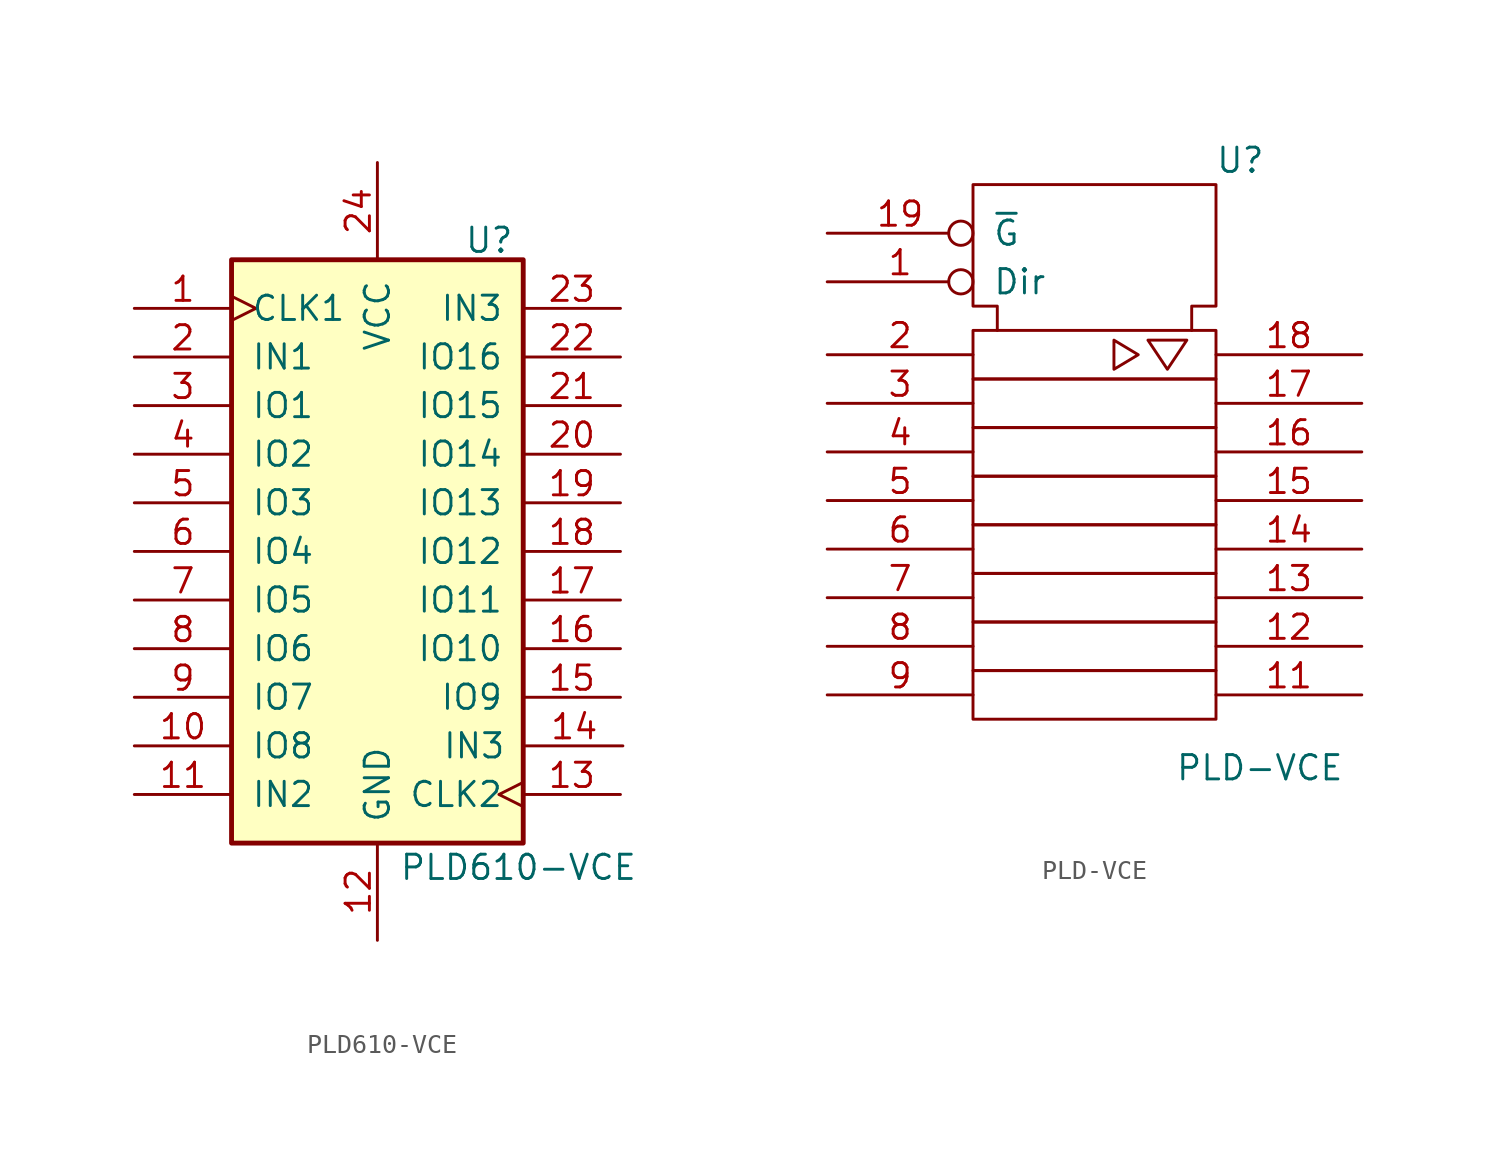
<source format=kicad_sym>
(kicad_symbol_lib
  (version 20211014)
  (generator kicad_symbol_editor)
  (symbol "PLD610-VCE"
    (pin_names
      (offset 1.016))
    (property "Reference" "U"
      (at 5.842 16.256 0)
      (effects (font (size 1.27 1.27))))
    (property "Value" "PLD610-VCE"
      (at 7.366 -16.51 0)
      (effects (font (size 1.27 1.27))))
    (property "ki_locked" ""
      (at 0 0 0)
      (effects (font (size 1.27 1.27))))
    (symbol "PLD610-VCE_1_0"
      (pin input clock (at -12.7 12.7 0) (length 5.08) (name "CLK1" (effects (font (size 1.27 1.27)))) (number "1" (effects (font (size 1.27 1.27)))))
      (pin bidirectional line (at -12.7 -10.16 0) (length 5.08) (name "IO8" (effects (font (size 1.27 1.27)))) (number "10" (effects (font (size 1.27 1.27)))))
      (pin input line (at -12.7 -12.7 0) (length 5.08) (name "IN2" (effects (font (size 1.27 1.27)))) (number "11" (effects (font (size 1.27 1.27)))))
      (pin power_in line (at 0 -20.32 90) (length 5.08) (name "GND" (effects (font (size 1.27 1.27)))) (number "12" (effects (font (size 1.27 1.27)))))
      (pin input clock (at 12.7 -12.7 180) (length 5.08) (name "CLK2" (effects (font (size 1.27 1.27)))) (number "13" (effects (font (size 1.27 1.27)))))
      (pin input line (at 12.827 -10.16 180) (length 5.08) (name "IN3" (effects (font (size 1.27 1.27)))) (number "14" (effects (font (size 1.27 1.27)))))
      (pin bidirectional line (at 12.7 -7.62 180) (length 5.08) (name "IO9" (effects (font (size 1.27 1.27)))) (number "15" (effects (font (size 1.27 1.27)))))
      (pin bidirectional line (at 12.7 -5.08 180) (length 5.08) (name "IO10" (effects (font (size 1.27 1.27)))) (number "16" (effects (font (size 1.27 1.27)))))
      (pin bidirectional line (at 12.7 -2.54 180) (length 5.08) (name "IO11" (effects (font (size 1.27 1.27)))) (number "17" (effects (font (size 1.27 1.27)))))
      (pin bidirectional line (at 12.7 0 180) (length 5.08) (name "IO12" (effects (font (size 1.27 1.27)))) (number "18" (effects (font (size 1.27 1.27)))))
      (pin bidirectional line (at 12.7 2.54 180) (length 5.08) (name "IO13" (effects (font (size 1.27 1.27)))) (number "19" (effects (font (size 1.27 1.27)))))
      (pin input line (at -12.7 10.16 0) (length 5.08) (name "IN1" (effects (font (size 1.27 1.27)))) (number "2" (effects (font (size 1.27 1.27)))))
      (pin bidirectional line (at 12.7 5.08 180) (length 5.08) (name "IO14" (effects (font (size 1.27 1.27)))) (number "20" (effects (font (size 1.27 1.27)))))
      (pin bidirectional line (at 12.7 7.62 180) (length 5.08) (name "IO15" (effects (font (size 1.27 1.27)))) (number "21" (effects (font (size 1.27 1.27)))))
      (pin bidirectional line (at 12.7 10.16 180) (length 5.08) (name "IO16" (effects (font (size 1.27 1.27)))) (number "22" (effects (font (size 1.27 1.27)))))
      (pin input line (at 12.7 12.7 180) (length 5.08) (name "IN3" (effects (font (size 1.27 1.27)))) (number "23" (effects (font (size 1.27 1.27)))))
      (pin power_in line (at 0 20.32 270) (length 5.08) (name "VCC" (effects (font (size 1.27 1.27)))) (number "24" (effects (font (size 1.27 1.27)))))
      (pin bidirectional line (at -12.7 7.62 0) (length 5.08) (name "IO1" (effects (font (size 1.27 1.27)))) (number "3" (effects (font (size 1.27 1.27)))))
      (pin bidirectional line (at -12.7 5.08 0) (length 5.08) (name "IO2" (effects (font (size 1.27 1.27)))) (number "4" (effects (font (size 1.27 1.27)))))
      (pin bidirectional line (at -12.7 2.54 0) (length 5.08) (name "IO3" (effects (font (size 1.27 1.27)))) (number "5" (effects (font (size 1.27 1.27)))))
      (pin bidirectional line (at -12.7 0 0) (length 5.08) (name "IO4" (effects (font (size 1.27 1.27)))) (number "6" (effects (font (size 1.27 1.27)))))
      (pin bidirectional line (at -12.7 -2.54 0) (length 5.08) (name "IO5" (effects (font (size 1.27 1.27)))) (number "7" (effects (font (size 1.27 1.27)))))
      (pin bidirectional line (at -12.7 -5.08 0) (length 5.08) (name "IO6" (effects (font (size 1.27 1.27)))) (number "8" (effects (font (size 1.27 1.27)))))
      (pin bidirectional line (at -12.7 -7.62 0) (length 5.08) (name "IO7" (effects (font (size 1.27 1.27)))) (number "9" (effects (font (size 1.27 1.27))))))
    (symbol "PLD610-VCE_1_1"
      (rectangle (start -7.62 15.24) (end 7.62 -15.24) (stroke (width 0.254) (type default) (color 0 0 0 0)) (fill (type background)))))
  (symbol "PLD-VCE"
    (pin_names
      (offset 1.016))
    (property "Reference" "U"
      (at 7.62 16.51 0)
      (effects (font (size 1.27 1.27))))
    (property "Value" "PLD-VCE"
      (at 8.636 -15.24 0)
      (effects (font (size 1.27 1.27))))
    (symbol "PLD-VCE_0_0"
      (polyline (pts (xy 1.016 7.112) (xy 1.016 5.588) (xy 2.286 6.35) (xy 1.016 7.112) (xy 1.016 7.112)) (stroke (width 0) (type default) (color 0 0 0 0)) (fill (type none)))
      (polyline (pts (xy 3.302 7.112) (xy 4.826 7.112) (xy 3.81 5.588) (xy 2.794 7.112) (xy 3.302 7.112) (xy 3.302 7.112)) (stroke (width 0) (type default) (color 0 0 0 0)) (fill (type none))))
    (symbol "PLD-VCE_0_1"
      (rectangle (start -6.35 -10.16) (end 6.35 -12.7) (stroke (width 0) (type default) (color 0 0 0 0)) (fill (type none)))
      (rectangle (start -6.35 -7.62) (end 6.35 -10.16) (stroke (width 0) (type default) (color 0 0 0 0)) (fill (type none)))
      (rectangle (start -6.35 -5.08) (end 6.35 -7.62) (stroke (width 0) (type default) (color 0 0 0 0)) (fill (type none)))
      (rectangle (start -6.35 -2.54) (end 6.35 -5.08) (stroke (width 0) (type default) (color 0 0 0 0)) (fill (type none)))
      (rectangle (start -6.35 0) (end 6.35 -2.54) (stroke (width 0) (type default) (color 0 0 0 0)) (fill (type none)))
      (rectangle (start -6.35 2.54) (end 6.35 0) (stroke (width 0) (type default) (color 0 0 0 0)) (fill (type none)))
      (rectangle (start -6.35 5.08) (end 6.35 2.54) (stroke (width 0) (type default) (color 0 0 0 0)) (fill (type none)))
      (rectangle (start -6.35 7.62) (end 6.35 5.08) (stroke (width 0) (type default) (color 0 0 0 0)) (fill (type none)))
      (polyline (pts (xy -5.08 7.62) (xy -5.08 8.89) (xy -6.35 8.89) (xy -6.35 15.24) (xy 6.35 15.24) (xy 6.35 8.89) (xy 5.08 8.89) (xy 5.08 7.62) (xy 5.08 7.62)) (stroke (width 0) (type default) (color 0 0 0 0)) (fill (type none))))
    (symbol "PLD-VCE_1_0"
      (pin output inverted (at -13.97 10.16 0) (length 7.62) (name "Dir" (effects (font (size 1.27 1.27)))) (number "1" (effects (font (size 1.27 1.27)))))
      (pin power_in line (at 0 15.24 270) (length 0) hide (name "Vss" (effects (font (size 1.27 1.27)))) (number "10" (effects (font (size 1.27 1.27)))))
      (pin bidirectional line (at 13.97 -11.43 180) (length 7.62) (name "~" (effects (font (size 1.27 1.27)))) (number "11" (effects (font (size 1.27 1.27)))))
      (pin bidirectional line (at 13.97 -8.89 180) (length 7.62) (name "~" (effects (font (size 1.27 1.27)))) (number "12" (effects (font (size 1.27 1.27)))))
      (pin bidirectional line (at 13.97 -6.35 180) (length 7.62) (name "~" (effects (font (size 1.27 1.27)))) (number "13" (effects (font (size 1.27 1.27)))))
      (pin bidirectional line (at 13.97 -3.81 180) (length 7.62) (name "~" (effects (font (size 1.27 1.27)))) (number "14" (effects (font (size 1.27 1.27)))))
      (pin bidirectional line (at 13.97 -1.27 180) (length 7.62) (name "~" (effects (font (size 1.27 1.27)))) (number "15" (effects (font (size 1.27 1.27)))))
      (pin bidirectional line (at 13.97 1.27 180) (length 7.62) (name "~" (effects (font (size 1.27 1.27)))) (number "16" (effects (font (size 1.27 1.27)))))
      (pin bidirectional line (at 13.97 3.81 180) (length 7.62) (name "~" (effects (font (size 1.27 1.27)))) (number "17" (effects (font (size 1.27 1.27)))))
      (pin bidirectional line (at 13.97 6.35 180) (length 7.62) (name "~" (effects (font (size 1.27 1.27)))) (number "18" (effects (font (size 1.27 1.27)))))
      (pin output inverted (at -13.97 12.7 0) (length 7.62) (name "~{G}" (effects (font (size 1.27 1.27)))) (number "19" (effects (font (size 1.27 1.27)))))
      (pin output line (at -13.97 6.35 0) (length 7.62) (name "~" (effects (font (size 1.27 1.27)))) (number "2" (effects (font (size 1.27 1.27)))))
      (pin power_in line (at 3.81 15.24 270) (length 0) hide (name "Vdd" (effects (font (size 1.27 1.27)))) (number "20" (effects (font (size 1.27 1.27)))))
      (pin output line (at -13.97 3.81 0) (length 7.62) (name "~" (effects (font (size 1.27 1.27)))) (number "3" (effects (font (size 1.27 1.27)))))
      (pin output line (at -13.97 1.27 0) (length 7.62) (name "~" (effects (font (size 1.27 1.27)))) (number "4" (effects (font (size 1.27 1.27)))))
      (pin output line (at -13.97 -1.27 0) (length 7.62) (name "~" (effects (font (size 1.27 1.27)))) (number "5" (effects (font (size 1.27 1.27)))))
      (pin output line (at -13.97 -3.81 0) (length 7.62) (name "~" (effects (font (size 1.27 1.27)))) (number "6" (effects (font (size 1.27 1.27)))))
      (pin output line (at -13.97 -6.35 0) (length 7.62) (name "~" (effects (font (size 1.27 1.27)))) (number "7" (effects (font (size 1.27 1.27)))))
      (pin output line (at -13.97 -8.89 0) (length 7.62) (name "~" (effects (font (size 1.27 1.27)))) (number "8" (effects (font (size 1.27 1.27)))))
      (pin output line (at -13.97 -11.43 0) (length 7.62) (name "~" (effects (font (size 1.27 1.27)))) (number "9" (effects (font (size 1.27 1.27))))))))
</source>
